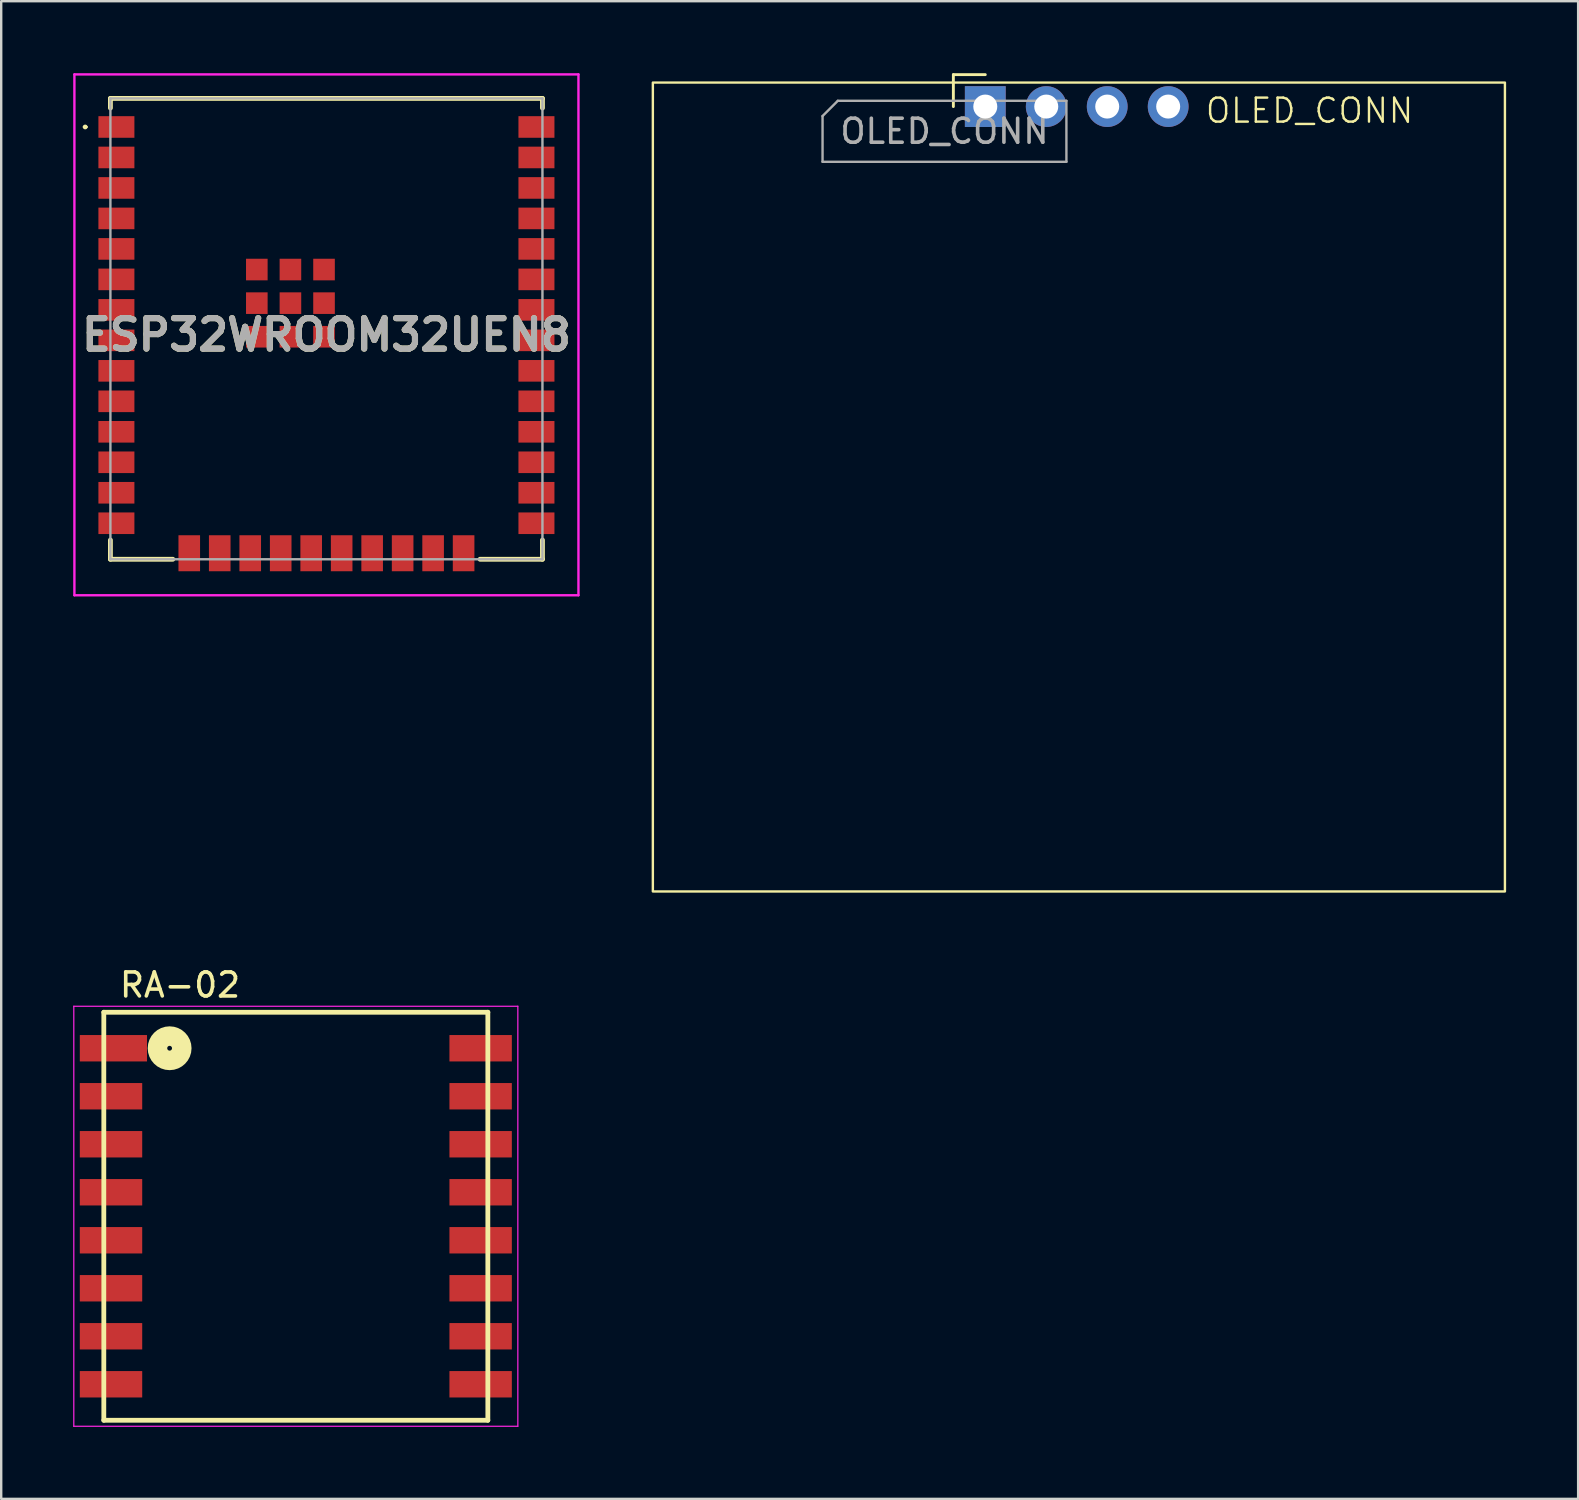
<source format=kicad_pcb>
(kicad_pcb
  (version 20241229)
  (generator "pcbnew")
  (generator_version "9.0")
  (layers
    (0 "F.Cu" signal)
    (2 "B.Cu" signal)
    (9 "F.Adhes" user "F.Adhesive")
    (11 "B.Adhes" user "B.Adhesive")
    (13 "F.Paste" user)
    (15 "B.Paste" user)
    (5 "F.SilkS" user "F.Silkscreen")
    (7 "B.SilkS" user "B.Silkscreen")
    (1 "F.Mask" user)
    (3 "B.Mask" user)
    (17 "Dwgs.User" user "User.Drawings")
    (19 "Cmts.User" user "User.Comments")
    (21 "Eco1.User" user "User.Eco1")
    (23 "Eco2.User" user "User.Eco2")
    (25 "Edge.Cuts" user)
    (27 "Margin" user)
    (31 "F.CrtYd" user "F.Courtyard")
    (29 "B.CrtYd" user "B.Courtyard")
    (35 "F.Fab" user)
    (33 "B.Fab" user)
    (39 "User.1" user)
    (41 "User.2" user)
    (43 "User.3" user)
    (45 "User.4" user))
  (footprint "RA-02"
    (layer "F.Cu")
    (at 9.275 47.623)
    (property "Reference" "RA-02" (at -4.825 -9.635 0) (layer "F.SilkS") (effects (font (size 1 1) (thickness 0.15))))
    (attr smd)
    (fp_line (start -8 -8.5) (end 8 -8.5) (stroke (width 0.2) (type solid)) (layer "F.SilkS"))
    (fp_line (start -8 8.5) (end -8 -8.5) (stroke (width 0.2) (type solid)) (layer "F.SilkS"))
    (fp_line (start -8 8.5) (end 8 8.5) (stroke (width 0.2) (type solid)) (layer "F.SilkS"))
    (fp_line (start 8 -8.5) (end 8 8.5) (stroke (width 0.2) (type solid)) (layer "F.SilkS"))
    (fp_circle (center -5.258 -7) (end -5.158 -7) (stroke (width 0.813) (type solid)) (fill no) (layer "F.SilkS"))
    (fp_line (start -9.25 -8.75) (end 9.25 -8.75) (stroke (width 0.05) (type solid)) (layer "F.CrtYd"))
    (fp_line (start -9.25 8.75) (end -9.25 -8.75) (stroke (width 0.05) (type solid)) (layer "F.CrtYd"))
    (fp_line (start 9.25 -8.75) (end 9.25 8.75) (stroke (width 0.05) (type solid)) (layer "F.CrtYd"))
    (fp_line (start 9.25 8.75) (end -9.25 8.75) (stroke (width 0.05) (type solid)) (layer "F.CrtYd"))
    (pad "1" smd rect (at -7.6 -7) (size 2.8 1.1) (layers "F.Cu" "F.Mask" "F.Paste"))
    (pad "2" smd rect (at -7.7 -5) (size 2.6 1.1) (layers "F.Cu" "F.Mask" "F.Paste"))
    (pad "3" smd rect (at -7.7 -3) (size 2.6 1.1) (layers "F.Cu" "F.Mask" "F.Paste"))
    (pad "4" smd rect (at -7.7 -1) (size 2.6 1.1) (layers "F.Cu" "F.Mask" "F.Paste"))
    (pad "5" smd rect (at -7.7 1) (size 2.6 1.1) (layers "F.Cu" "F.Mask" "F.Paste"))
    (pad "6" smd rect (at -7.7 3) (size 2.6 1.1) (layers "F.Cu" "F.Mask" "F.Paste"))
    (pad "7" smd rect (at -7.7 5) (size 2.6 1.1) (layers "F.Cu" "F.Mask" "F.Paste"))
    (pad "8" smd rect (at -7.7 7) (size 2.6 1.1) (layers "F.Cu" "F.Mask" "F.Paste"))
    (pad "9" smd rect (at 7.7 7) (size 2.6 1.1) (layers "F.Cu" "F.Mask" "F.Paste"))
    (pad "10" smd rect (at 7.7 5) (size 2.6 1.1) (layers "F.Cu" "F.Mask" "F.Paste"))
    (pad "11" smd rect (at 7.7 3) (size 2.6 1.1) (layers "F.Cu" "F.Mask" "F.Paste"))
    (pad "12" smd rect (at 7.7 1) (size 2.6 1.1) (layers "F.Cu" "F.Mask" "F.Paste"))
    (pad "13" smd rect (at 7.7 -1) (size 2.6 1.1) (layers "F.Cu" "F.Mask" "F.Paste"))
    (pad "14" smd rect (at 7.7 -3) (size 2.6 1.1) (layers "F.Cu" "F.Mask" "F.Paste"))
    (pad "15" smd rect (at 7.7 -5) (size 2.6 1.1) (layers "F.Cu" "F.Mask" "F.Paste"))
    (pad "16" smd rect (at 7.7 -7) (size 2.6 1.1) (layers "F.Cu" "F.Mask" "F.Paste")))
  (footprint "ESP32WROOM32UEN8"
    (layer "F.Cu")
    (at 10.55 10.9)
    (property "Reference" "ESP32WROOM32UEN8" (at 0 0 0) (layer "F.SilkS") (effects (font (size 1.27 1.27) (thickness 0.254))))
    (attr smd)
    (fp_line (start -10.1 -8.66) (end -10.1 -8.66) (stroke (width 0.1) (type solid)) (layer "F.SilkS"))
    (fp_line (start -10 -8.66) (end -10 -8.66) (stroke (width 0.1) (type solid)) (layer "F.SilkS"))
    (fp_line (start -9 -9.85) (end -9 -9.45) (stroke (width 0.2) (type solid)) (layer "F.SilkS"))
    (fp_line (start -9 8.55) (end -9 9.35) (stroke (width 0.2) (type solid)) (layer "F.SilkS"))
    (fp_line (start -9 9.35) (end -6.4 9.35) (stroke (width 0.2) (type solid)) (layer "F.SilkS"))
    (fp_line (start 9 -9.85) (end -9 -9.85) (stroke (width 0.2) (type solid)) (layer "F.SilkS"))
    (fp_line (start 9 -9.45) (end 9 -9.85) (stroke (width 0.2) (type solid)) (layer "F.SilkS"))
    (fp_line (start 9 8.55) (end 9 9.35) (stroke (width 0.2) (type solid)) (layer "F.SilkS"))
    (fp_line (start 9 9.35) (end 6.4 9.35) (stroke (width 0.2) (type solid)) (layer "F.SilkS"))
    (fp_arc (start -10.1 -8.66) (mid -10.05 -8.71) (end -10 -8.66) (stroke (width 0.1) (type solid)) (layer "F.SilkS"))
    (fp_arc (start -10 -8.66) (mid -10.05 -8.61) (end -10.1 -8.66) (stroke (width 0.1) (type solid)) (layer "F.SilkS"))
    (fp_line (start -10.5 -10.85) (end 10.5 -10.85) (stroke (width 0.1) (type solid)) (layer "F.CrtYd"))
    (fp_line (start -10.5 10.85) (end -10.5 -10.85) (stroke (width 0.1) (type solid)) (layer "F.CrtYd"))
    (fp_line (start 10.5 -10.85) (end 10.5 10.85) (stroke (width 0.1) (type solid)) (layer "F.CrtYd"))
    (fp_line (start 10.5 10.85) (end -10.5 10.85) (stroke (width 0.1) (type solid)) (layer "F.CrtYd"))
    (fp_line (start -9 -9.85) (end 9 -9.85) (stroke (width 0.1) (type solid)) (layer "F.Fab"))
    (fp_line (start -9 9.35) (end -9 -9.85) (stroke (width 0.1) (type solid)) (layer "F.Fab"))
    (fp_line (start 9 -9.85) (end 9 9.35) (stroke (width 0.1) (type solid)) (layer "F.Fab"))
    (fp_line (start 9 9.35) (end -9 9.35) (stroke (width 0.1) (type solid)) (layer "F.Fab"))
    (fp_text user "${REFERENCE}" (at 0 0 0) (layer "F.Fab") (effects (font (size 1.27 1.27) (thickness 0.254))))
    (pad "1" smd rect (at -8.75 -8.66 90) (size 0.9 1.5) (layers "F.Cu" "F.Mask" "F.Paste"))
    (pad "2" smd rect (at -8.75 -7.39 90) (size 0.9 1.5) (layers "F.Cu" "F.Mask" "F.Paste"))
    (pad "3" smd rect (at -8.75 -6.12 90) (size 0.9 1.5) (layers "F.Cu" "F.Mask" "F.Paste"))
    (pad "4" smd rect (at -8.75 -4.85 90) (size 0.9 1.5) (layers "F.Cu" "F.Mask" "F.Paste"))
    (pad "5" smd rect (at -8.75 -3.58 90) (size 0.9 1.5) (layers "F.Cu" "F.Mask" "F.Paste"))
    (pad "6" smd rect (at -8.75 -2.31 90) (size 0.9 1.5) (layers "F.Cu" "F.Mask" "F.Paste"))
    (pad "7" smd rect (at -8.75 -1.04 90) (size 0.9 1.5) (layers "F.Cu" "F.Mask" "F.Paste"))
    (pad "8" smd rect (at -8.75 0.23 90) (size 0.9 1.5) (layers "F.Cu" "F.Mask" "F.Paste"))
    (pad "9" smd rect (at -8.75 1.5 90) (size 0.9 1.5) (layers "F.Cu" "F.Mask" "F.Paste"))
    (pad "10" smd rect (at -8.75 2.77 90) (size 0.9 1.5) (layers "F.Cu" "F.Mask" "F.Paste"))
    (pad "11" smd rect (at -8.75 4.04 90) (size 0.9 1.5) (layers "F.Cu" "F.Mask" "F.Paste"))
    (pad "12" smd rect (at -8.75 5.31 90) (size 0.9 1.5) (layers "F.Cu" "F.Mask" "F.Paste"))
    (pad "13" smd rect (at -8.75 6.58 90) (size 0.9 1.5) (layers "F.Cu" "F.Mask" "F.Paste"))
    (pad "14" smd rect (at -8.75 7.85 90) (size 0.9 1.5) (layers "F.Cu" "F.Mask" "F.Paste"))
    (pad "15" smd rect (at -5.715 9.1) (size 0.9 1.5) (layers "F.Cu" "F.Mask" "F.Paste"))
    (pad "16" smd rect (at -4.445 9.1) (size 0.9 1.5) (layers "F.Cu" "F.Mask" "F.Paste"))
    (pad "17" smd rect (at -3.175 9.1) (size 0.9 1.5) (layers "F.Cu" "F.Mask" "F.Paste"))
    (pad "18" smd rect (at -1.905 9.1) (size 0.9 1.5) (layers "F.Cu" "F.Mask" "F.Paste"))
    (pad "19" smd rect (at -0.635 9.1) (size 0.9 1.5) (layers "F.Cu" "F.Mask" "F.Paste"))
    (pad "20" smd rect (at 0.635 9.1) (size 0.9 1.5) (layers "F.Cu" "F.Mask" "F.Paste"))
    (pad "21" smd rect (at 1.905 9.1) (size 0.9 1.5) (layers "F.Cu" "F.Mask" "F.Paste"))
    (pad "22" smd rect (at 3.175 9.1) (size 0.9 1.5) (layers "F.Cu" "F.Mask" "F.Paste"))
    (pad "23" smd rect (at 4.445 9.1) (size 0.9 1.5) (layers "F.Cu" "F.Mask" "F.Paste"))
    (pad "24" smd rect (at 5.715 9.1) (size 0.9 1.5) (layers "F.Cu" "F.Mask" "F.Paste"))
    (pad "25" smd rect (at 8.75 7.85 90) (size 0.9 1.5) (layers "F.Cu" "F.Mask" "F.Paste"))
    (pad "26" smd rect (at 8.75 6.58 90) (size 0.9 1.5) (layers "F.Cu" "F.Mask" "F.Paste"))
    (pad "27" smd rect (at 8.75 5.31 90) (size 0.9 1.5) (layers "F.Cu" "F.Mask" "F.Paste"))
    (pad "28" smd rect (at 8.75 4.04 90) (size 0.9 1.5) (layers "F.Cu" "F.Mask" "F.Paste"))
    (pad "29" smd rect (at 8.75 2.77 90) (size 0.9 1.5) (layers "F.Cu" "F.Mask" "F.Paste"))
    (pad "30" smd rect (at 8.75 1.5 90) (size 0.9 1.5) (layers "F.Cu" "F.Mask" "F.Paste"))
    (pad "31" smd rect (at 8.75 0.23 90) (size 0.9 1.5) (layers "F.Cu" "F.Mask" "F.Paste"))
    (pad "32" smd rect (at 8.75 -1.04 90) (size 0.9 1.5) (layers "F.Cu" "F.Mask" "F.Paste"))
    (pad "33" smd rect (at 8.75 -2.31 90) (size 0.9 1.5) (layers "F.Cu" "F.Mask" "F.Paste"))
    (pad "34" smd rect (at 8.75 -3.58 90) (size 0.9 1.5) (layers "F.Cu" "F.Mask" "F.Paste"))
    (pad "35" smd rect (at 8.75 -4.85 90) (size 0.9 1.5) (layers "F.Cu" "F.Mask" "F.Paste"))
    (pad "36" smd rect (at 8.75 -6.12 90) (size 0.9 1.5) (layers "F.Cu" "F.Mask" "F.Paste"))
    (pad "37" smd rect (at 8.75 -7.39 90) (size 0.9 1.5) (layers "F.Cu" "F.Mask" "F.Paste"))
    (pad "38" smd rect (at 8.75 -8.66 90) (size 0.9 1.5) (layers "F.Cu" "F.Mask" "F.Paste"))
    (pad "39" smd rect (at -1.5 -1.32) (size 0.9 0.9) (layers "F.Cu" "F.Mask" "F.Paste"))
    (pad "40" smd rect (at -2.9 -1.32) (size 0.9 0.9) (layers "F.Cu" "F.Mask" "F.Paste"))
    (pad "41" smd rect (at -2.9 0.08) (size 0.9 0.9) (layers "F.Cu" "F.Mask" "F.Paste"))
    (pad "42" smd rect (at -1.5 0.08) (size 0.9 0.9) (layers "F.Cu" "F.Mask" "F.Paste"))
    (pad "43" smd rect (at -0.1 0.08) (size 0.9 0.9) (layers "F.Cu" "F.Mask" "F.Paste"))
    (pad "44" smd rect (at -0.1 -1.32) (size 0.9 0.9) (layers "F.Cu" "F.Mask" "F.Paste"))
    (pad "45" smd rect (at -0.1 -2.72) (size 0.9 0.9) (layers "F.Cu" "F.Mask" "F.Paste"))
    (pad "46" smd rect (at -1.5 -2.72) (size 0.9 0.9) (layers "F.Cu" "F.Mask" "F.Paste"))
    (pad "47" smd rect (at -2.9 -2.72) (size 0.9 0.9) (layers "F.Cu" "F.Mask" "F.Paste")))
  (footprint "OLED_CONN"
    (layer "F.Cu")
    (at 36.4 2.59)
    (property "Reference" "OLED_CONN" (at 15.11 -1.03 0) (unlocked yes) (layer "F.SilkS") (effects (font (size 1 1) (thickness 0.1))))
    (attr through_hole)
    (fp_line (start 0.27 -2.53) (end 1.6 -2.53) (stroke (width 0.12) (type solid)) (layer "F.SilkS"))
    (fp_line (start 0.27 -1.2) (end 0.27 -2.53) (stroke (width 0.12) (type solid)) (layer "F.SilkS"))
    (fp_rect (start -12.25 -2.2) (end 23.25 31.5) (stroke (width 0.1) (type default)) (fill no) (layer "F.SilkS"))
    (fp_line (start -5.18 -0.805) (end -4.545 -1.44) (stroke (width 0.1) (type solid)) (layer "F.Fab"))
    (fp_line (start -5.18 1.1) (end -5.18 -0.805) (stroke (width 0.1) (type solid)) (layer "F.Fab"))
    (fp_line (start -4.545 -1.44) (end 4.98 -1.44) (stroke (width 0.1) (type solid)) (layer "F.Fab"))
    (fp_line (start 4.98 -1.44) (end 4.98 1.1) (stroke (width 0.1) (type solid)) (layer "F.Fab"))
    (fp_line (start 4.98 1.1) (end -5.18 1.1) (stroke (width 0.1) (type solid)) (layer "F.Fab"))
    (fp_text user "${REFERENCE}" (at -0.1 -0.17 180) (layer "F.Fab") (effects (font (size 1 1) (thickness 0.15))))
    (pad "1" thru_hole rect (at 1.6 -1.2 90) (size 1.7 1.7) (drill 1) (layers "*.Cu" "*.Mask"))
    (pad "2" thru_hole oval (at 4.14 -1.2 90) (size 1.7 1.7) (drill 1) (layers "*.Cu" "*.Mask"))
    (pad "3" thru_hole oval (at 6.68 -1.2 90) (size 1.7 1.7) (drill 1) (layers "*.Cu" "*.Mask"))
    (pad "4" thru_hole oval (at 9.22 -1.2 90) (size 1.7 1.7) (drill 1) (layers "*.Cu" "*.Mask")))
  (gr_rect
    (start -3 -3)
    (end 62.7 59.398)
    (stroke (width 0.1) (type default))
    (fill no)
    (layer "Edge.Cuts")))
</source>
